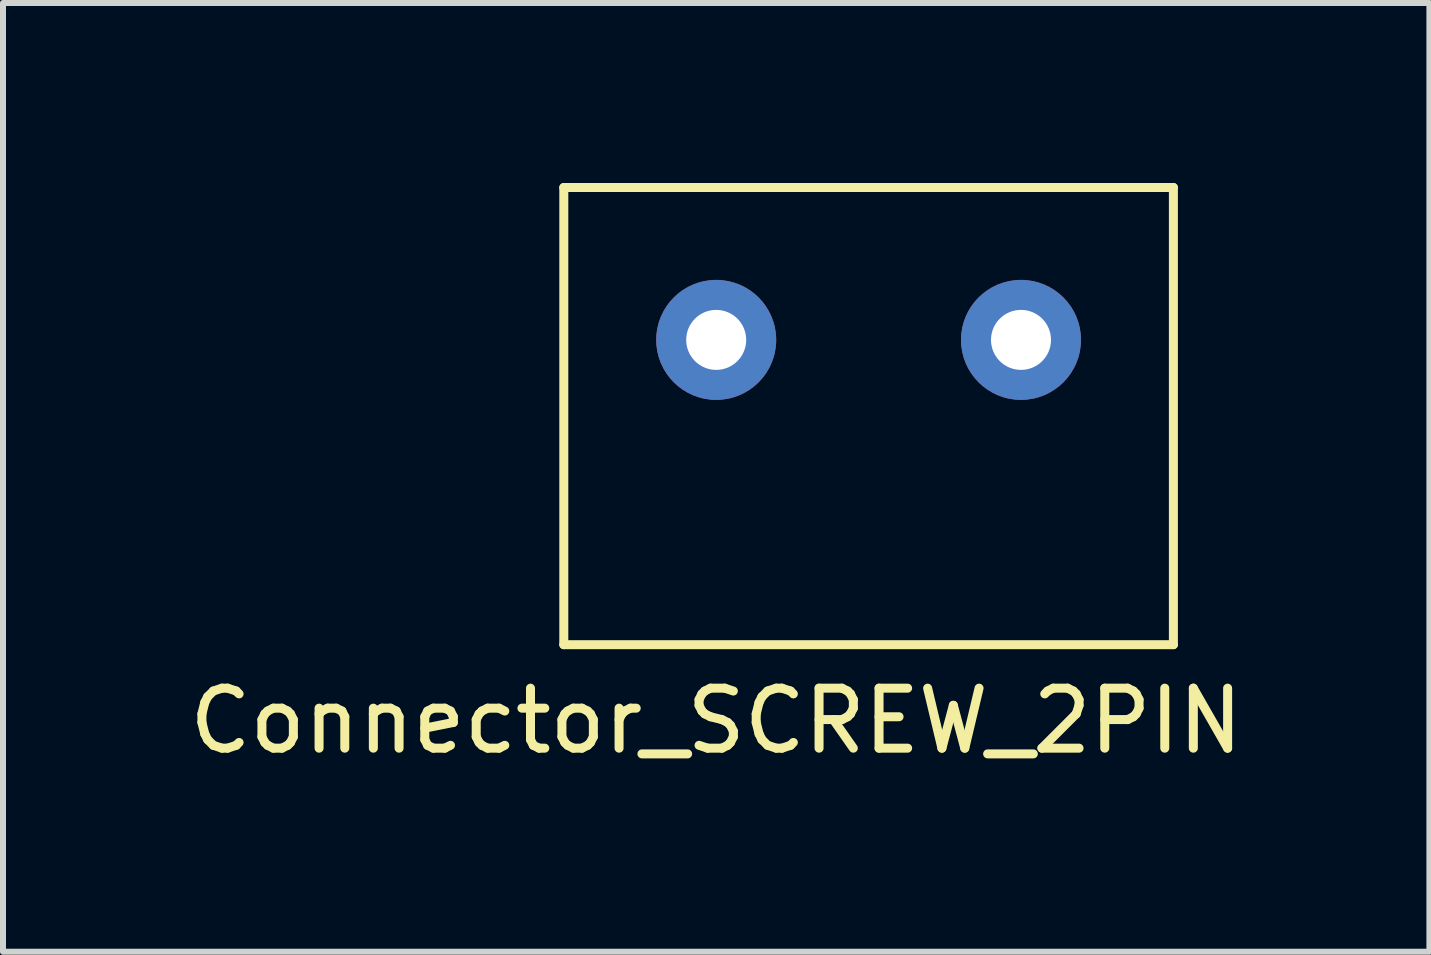
<source format=kicad_pcb>
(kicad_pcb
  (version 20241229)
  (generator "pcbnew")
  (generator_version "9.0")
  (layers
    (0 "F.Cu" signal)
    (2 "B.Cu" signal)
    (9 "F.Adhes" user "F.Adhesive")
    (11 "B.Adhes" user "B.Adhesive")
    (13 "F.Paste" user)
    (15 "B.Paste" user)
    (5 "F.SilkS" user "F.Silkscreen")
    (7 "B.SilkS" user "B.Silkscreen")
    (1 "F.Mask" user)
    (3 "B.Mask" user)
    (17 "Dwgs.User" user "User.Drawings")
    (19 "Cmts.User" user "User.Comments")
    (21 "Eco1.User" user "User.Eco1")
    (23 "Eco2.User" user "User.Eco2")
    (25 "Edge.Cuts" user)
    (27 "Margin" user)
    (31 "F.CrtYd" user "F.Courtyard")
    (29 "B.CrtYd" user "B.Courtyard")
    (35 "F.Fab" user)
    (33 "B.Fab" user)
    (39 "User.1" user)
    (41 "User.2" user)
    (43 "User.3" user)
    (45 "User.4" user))
  (footprint "Connector_SCREW_2PIN"
    (layer "F.Cu")
    (at 13.967 2.615)
    (property "Reference" "Connector_SCREW_2PIN" (at -5.08 6.35 0) (layer "F.SilkS") (effects (font (size 1 1) (thickness 0.15))))
    (attr through_hole)
    (fp_line (start -7.62 -2.54) (end -7.62 5.08) (stroke (width 0.15) (type solid)) (layer "F.SilkS"))
    (fp_line (start -7.62 5.08) (end 2.54 5.08) (stroke (width 0.15) (type solid)) (layer "F.SilkS"))
    (fp_line (start 2.54 -2.54) (end -7.62 -2.54) (stroke (width 0.15) (type solid)) (layer "F.SilkS"))
    (fp_line (start 2.54 -2.54) (end 2.54 5.08) (stroke (width 0.15) (type solid)) (layer "F.SilkS"))
    (pad "1" thru_hole circle (at 0 0) (size 2 2) (drill 1) (layers "*.Cu" "*.Mask"))
    (pad "2" thru_hole circle (at -5.08 0) (size 2 2) (drill 1) (layers "*.Cu" "*.Mask")))
  (gr_rect
    (start -3 -3)
    (end 20.774 12.813)
    (stroke (width 0.1) (type default))
    (fill no)
    (layer "Edge.Cuts")))
</source>
